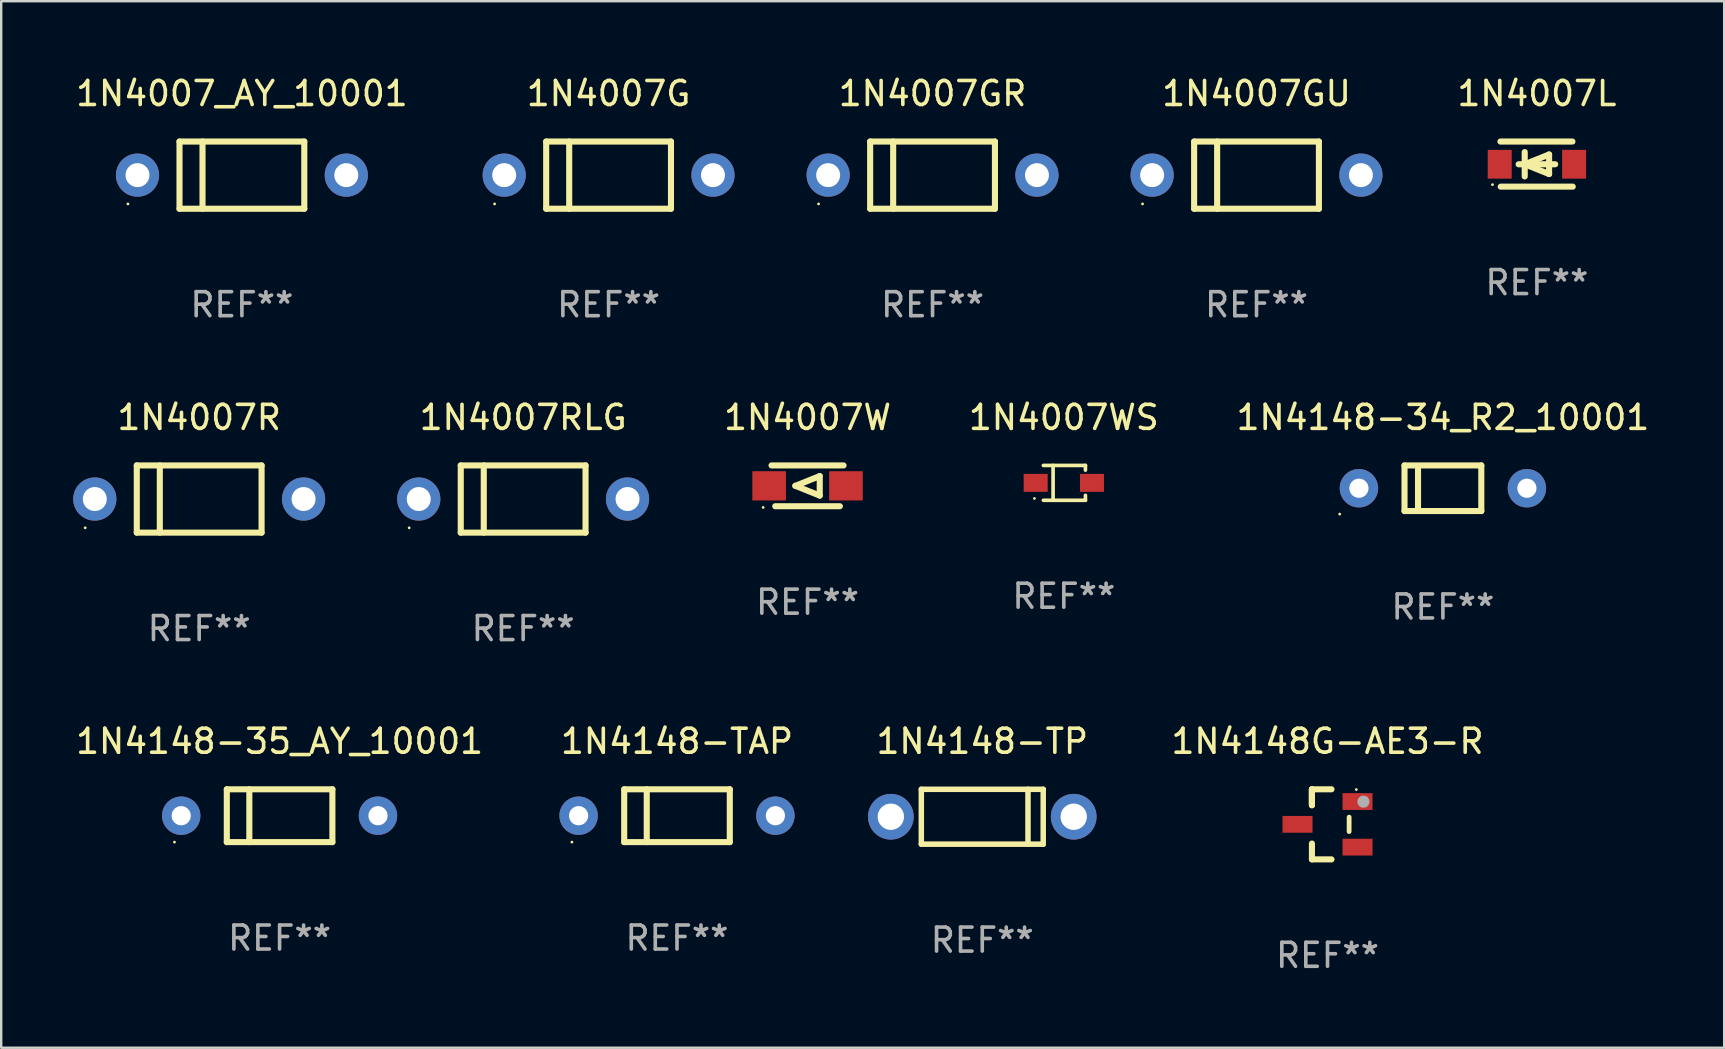
<source format=kicad_pcb>
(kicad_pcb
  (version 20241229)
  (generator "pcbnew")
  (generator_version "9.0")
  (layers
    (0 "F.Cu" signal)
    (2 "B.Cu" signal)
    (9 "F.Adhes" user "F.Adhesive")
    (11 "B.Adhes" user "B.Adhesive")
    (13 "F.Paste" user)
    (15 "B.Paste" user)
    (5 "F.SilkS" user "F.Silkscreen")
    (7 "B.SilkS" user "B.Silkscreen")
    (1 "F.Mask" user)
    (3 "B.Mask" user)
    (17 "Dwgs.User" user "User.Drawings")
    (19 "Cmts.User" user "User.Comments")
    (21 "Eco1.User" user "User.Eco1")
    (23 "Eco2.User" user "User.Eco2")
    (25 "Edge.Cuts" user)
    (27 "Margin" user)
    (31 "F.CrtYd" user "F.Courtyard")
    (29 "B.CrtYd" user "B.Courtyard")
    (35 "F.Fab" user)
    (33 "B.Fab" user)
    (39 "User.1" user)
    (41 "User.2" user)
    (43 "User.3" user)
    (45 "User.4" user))
  (footprint "1N4007W"
    (layer "F.Cu")
    (at 30.601 17.195)
    (property "Reference" "1N4007W" (at 0 -2.85 0) (layer "F.SilkS") (effects (font (size 1 1) (thickness 0.15))))
    (attr through_hole)
    (fp_line (start -1.346 0.85) (end 1.346 0.85) (stroke (width 0.254) (type solid)) (layer "F.SilkS"))
    (fp_line (start -0.508 0) (end 0.508 -0.406) (stroke (width 0.254) (type solid)) (layer "F.SilkS"))
    (fp_line (start 0.508 -0.406) (end 0.508 0.406) (stroke (width 0.254) (type solid)) (layer "F.SilkS"))
    (fp_line (start 0.508 0.406) (end -0.508 0) (stroke (width 0.254) (type solid)) (layer "F.SilkS"))
    (fp_line (start 1.5 -0.85) (end -1.5 -0.85) (stroke (width 0.254) (type solid)) (layer "F.SilkS"))
    (fp_circle (center -1.85 0.9) (end -1.82 0.9) (stroke (width 0.06) (type solid)) (fill no) (layer "F.SilkS"))
    (fp_text user "REF**" (at 0 4.85 0) (layer "F.Fab") (effects (font (size 1 1) (thickness 0.15))))
    (pad "1" smd rect (at -1.6 0) (size 1.4 1.219) (layers "F.Cu" "F.Mask" "F.Paste"))
    (pad "2" smd rect (at 1.6 0) (size 1.4 1.219) (layers "F.Cu" "F.Mask" "F.Paste")))
  (footprint "1N4007GR"
    (layer "F.Cu")
    (at 35.81 4.248)
    (property "Reference" "1N4007GR" (at 0 -3.4 0) (layer "F.SilkS") (effects (font (size 1 1) (thickness 0.15))))
    (attr through_hole)
    (fp_line (start -2.6 -1.4) (end -2.6 1.4) (stroke (width 0.254) (type solid)) (layer "F.SilkS"))
    (fp_line (start -2.6 -1.4) (end 2.6 -1.4) (stroke (width 0.254) (type solid)) (layer "F.SilkS"))
    (fp_line (start -2.6 1.4) (end 2.6 1.4) (stroke (width 0.254) (type solid)) (layer "F.SilkS"))
    (fp_line (start -1.641 -1.4) (end -1.641 1.4) (stroke (width 0.254) (type solid)) (layer "F.SilkS"))
    (fp_line (start 2.6 -1.4) (end 2.6 1.4) (stroke (width 0.254) (type solid)) (layer "F.SilkS"))
    (fp_circle (center -4.75 1.2) (end -4.72 1.2) (stroke (width 0.06) (type solid)) (fill no) (layer "F.SilkS"))
    (fp_text user "REF**" (at 0 5.4 0) (layer "F.Fab") (effects (font (size 1 1) (thickness 0.15))))
    (pad "1" thru_hole circle (at -4.35 0) (size 1.8 1.8) (drill 1) (layers "*.Cu" "*.Mask"))
    (pad "2" thru_hole circle (at 4.35 0) (size 1.8 1.8) (drill 1) (layers "*.Cu" "*.Mask")))
  (footprint "1N4148G-AE3-R"
    (layer "F.Cu")
    (at 52.269 31.301)
    (property "Reference" "1N4148G-AE3-R" (at 0 -3.46 0) (layer "F.SilkS") (effects (font (size 1 1) (thickness 0.15))))
    (attr through_hole)
    (fp_line (start -0.65 -1.46) (end -0.65 -0.8) (stroke (width 0.254) (type solid)) (layer "F.SilkS"))
    (fp_line (start -0.65 -1.46) (end 0.165 -1.46) (stroke (width 0.254) (type solid)) (layer "F.SilkS"))
    (fp_line (start -0.65 -0.8) (end -0.65 -1.46) (stroke (width 0.254) (type solid)) (layer "F.SilkS"))
    (fp_line (start -0.65 -0.8) (end -0.65 -1.46) (stroke (width 0.254) (type solid)) (layer "F.SilkS"))
    (fp_line (start -0.65 1.46) (end -0.65 0.8) (stroke (width 0.254) (type solid)) (layer "F.SilkS"))
    (fp_line (start 0.165 1.46) (end -0.65 1.46) (stroke (width 0.254) (type solid)) (layer "F.SilkS"))
    (fp_line (start 0.9 0.3) (end 0.9 -0.3) (stroke (width 0.2) (type solid)) (layer "F.SilkS"))
    (fp_circle (center 1.2 -1.45) (end 1.23 -1.45) (stroke (width 0.06) (type solid)) (fill no) (layer "F.SilkS"))
    (fp_circle (center 1.496 -0.945) (end 1.623 -0.945) (stroke (width 0.254) (type solid)) (fill no) (layer "F.Fab"))
    (fp_text user "REF**" (at 0 5.46 0) (layer "F.Fab") (effects (font (size 1 1) (thickness 0.15))))
    (pad "1" smd rect (at 1.25 -0.95 270) (size 0.7 1.25) (layers "F.Cu" "F.Mask" "F.Paste"))
    (pad "2" smd rect (at 1.25 0.95 270) (size 0.7 1.25) (layers "F.Cu" "F.Mask" "F.Paste"))
    (pad "3" smd rect (at -1.25 0 270) (size 0.7 1.25) (layers "F.Cu" "F.Mask" "F.Paste")))
  (footprint "1N4148-TP"
    (layer "F.Cu")
    (at 37.882 30.984)
    (property "Reference" "1N4148-TP" (at 0 -3.143 0) (layer "F.SilkS") (effects (font (size 1 1) (thickness 0.15))))
    (attr through_hole)
    (fp_line (start -2.54 -1.143) (end 2.54 -1.143) (stroke (width 0.229) (type solid)) (layer "F.SilkS"))
    (fp_line (start -2.54 1.143) (end -2.54 -1.143) (stroke (width 0.229) (type solid)) (layer "F.SilkS"))
    (fp_line (start 1.905 -1.143) (end 1.905 1.143) (stroke (width 0.229) (type solid)) (layer "F.SilkS"))
    (fp_line (start 2.54 -1.143) (end 2.54 1.143) (stroke (width 0.229) (type solid)) (layer "F.SilkS"))
    (fp_line (start 2.54 1.143) (end -2.54 1.143) (stroke (width 0.229) (type solid)) (layer "F.SilkS"))
    (fp_text user "REF**" (at 0 5.143 0) (layer "F.Fab") (effects (font (size 1 1) (thickness 0.15))))
    (pad "1" thru_hole circle (at -3.81 0) (size 1.905 1.905) (drill 1.1) (layers "*.Cu" "*.Mask"))
    (pad "2" thru_hole circle (at 3.81 0) (size 1.905 1.905) (drill 1.1) (layers "*.Cu" "*.Mask")))
  (footprint "1N4148-TAP"
    (layer "F.Cu")
    (at 25.161 30.941)
    (property "Reference" "1N4148-TAP" (at 0 -3.1 0) (layer "F.SilkS") (effects (font (size 1 1) (thickness 0.15))))
    (attr through_hole)
    (fp_line (start -2.2 -1.1) (end -2.2 1.1) (stroke (width 0.254) (type solid)) (layer "F.SilkS"))
    (fp_line (start -2.2 -1.1) (end 2.2 -1.1) (stroke (width 0.254) (type solid)) (layer "F.SilkS"))
    (fp_line (start -2.2 1.1) (end 2.2 1.1) (stroke (width 0.254) (type solid)) (layer "F.SilkS"))
    (fp_line (start -1.261 -1.1) (end -1.261 1.1) (stroke (width 0.254) (type solid)) (layer "F.SilkS"))
    (fp_line (start 2.2 -1.1) (end 2.2 1.1) (stroke (width 0.254) (type solid)) (layer "F.SilkS"))
    (fp_circle (center -4.38 1.1) (end -4.35 1.1) (stroke (width 0.06) (type solid)) (fill no) (layer "F.SilkS"))
    (fp_text user "REF**" (at 0 5.1 0) (layer "F.Fab") (effects (font (size 1 1) (thickness 0.15))))
    (pad "1" thru_hole circle (at -4.1 0) (size 1.6 1.6) (drill 0.8) (layers "*.Cu" "*.Mask"))
    (pad "2" thru_hole circle (at 4.1 0) (size 1.6 1.6) (drill 0.8) (layers "*.Cu" "*.Mask")))
  (footprint "1N4007WS"
    (layer "F.Cu")
    (at 41.28 17.071)
    (property "Reference" "1N4007WS" (at 0 -2.726 0) (layer "F.SilkS") (effects (font (size 1 1) (thickness 0.15))))
    (attr through_hole)
    (fp_line (start -0.851 -0.726) (end 0.901 -0.726) (stroke (width 0.152) (type solid)) (layer "F.SilkS"))
    (fp_line (start -0.851 0.726) (end 0.901 0.726) (stroke (width 0.152) (type solid)) (layer "F.SilkS"))
    (fp_line (start -0.447 -0.726) (end -0.447 0.726) (stroke (width 0.152) (type solid)) (layer "F.SilkS"))
    (fp_line (start 0.901 -0.726) (end 0.901 -0.53) (stroke (width 0.152) (type solid)) (layer "F.SilkS"))
    (fp_line (start 0.901 0.726) (end 0.901 0.52) (stroke (width 0.152) (type solid)) (layer "F.SilkS"))
    (fp_circle (center -1.225 0.65) (end -1.195 0.65) (stroke (width 0.06) (type solid)) (fill no) (layer "F.SilkS"))
    (fp_text user "REF**" (at 0 4.726 0) (layer "F.Fab") (effects (font (size 1 1) (thickness 0.15))))
    (pad "1" smd rect (at -1.173 0) (size 1 0.75) (layers "F.Cu" "F.Mask" "F.Paste"))
    (pad "2" smd rect (at 1.173 0) (size 1 0.75) (layers "F.Cu" "F.Mask" "F.Paste")))
  (footprint "1N4007R"
    (layer "F.Cu")
    (at 5.25 17.745)
    (property "Reference" "1N4007R" (at 0 -3.4 0) (layer "F.SilkS") (effects (font (size 1 1) (thickness 0.15))))
    (attr through_hole)
    (fp_line (start -2.6 -1.4) (end -2.6 1.4) (stroke (width 0.254) (type solid)) (layer "F.SilkS"))
    (fp_line (start -2.6 -1.4) (end 2.6 -1.4) (stroke (width 0.254) (type solid)) (layer "F.SilkS"))
    (fp_line (start -2.6 1.4) (end 2.6 1.4) (stroke (width 0.254) (type solid)) (layer "F.SilkS"))
    (fp_line (start -1.641 -1.4) (end -1.641 1.4) (stroke (width 0.254) (type solid)) (layer "F.SilkS"))
    (fp_line (start 2.6 -1.4) (end 2.6 1.4) (stroke (width 0.254) (type solid)) (layer "F.SilkS"))
    (fp_circle (center -4.75 1.2) (end -4.72 1.2) (stroke (width 0.06) (type solid)) (fill no) (layer "F.SilkS"))
    (fp_text user "REF**" (at 0 5.4 0) (layer "F.Fab") (effects (font (size 1 1) (thickness 0.15))))
    (pad "1" thru_hole circle (at -4.35 0) (size 1.8 1.8) (drill 1) (layers "*.Cu" "*.Mask"))
    (pad "2" thru_hole circle (at 4.35 0) (size 1.8 1.8) (drill 1) (layers "*.Cu" "*.Mask")))
  (footprint "1N4007GU"
    (layer "F.Cu")
    (at 49.31 4.248)
    (property "Reference" "1N4007GU" (at 0 -3.4 0) (layer "F.SilkS") (effects (font (size 1 1) (thickness 0.15))))
    (attr through_hole)
    (fp_line (start -2.6 -1.4) (end -2.6 1.4) (stroke (width 0.254) (type solid)) (layer "F.SilkS"))
    (fp_line (start -2.6 -1.4) (end 2.6 -1.4) (stroke (width 0.254) (type solid)) (layer "F.SilkS"))
    (fp_line (start -2.6 1.4) (end 2.6 1.4) (stroke (width 0.254) (type solid)) (layer "F.SilkS"))
    (fp_line (start -1.641 -1.4) (end -1.641 1.4) (stroke (width 0.254) (type solid)) (layer "F.SilkS"))
    (fp_line (start 2.6 -1.4) (end 2.6 1.4) (stroke (width 0.254) (type solid)) (layer "F.SilkS"))
    (fp_circle (center -4.75 1.2) (end -4.72 1.2) (stroke (width 0.06) (type solid)) (fill no) (layer "F.SilkS"))
    (fp_text user "REF**" (at 0 5.4 0) (layer "F.Fab") (effects (font (size 1 1) (thickness 0.15))))
    (pad "1" thru_hole circle (at -4.35 0) (size 1.8 1.8) (drill 1) (layers "*.Cu" "*.Mask"))
    (pad "2" thru_hole circle (at 4.35 0) (size 1.8 1.8) (drill 1) (layers "*.Cu" "*.Mask")))
  (footprint "1N4007G"
    (layer "F.Cu")
    (at 22.31 4.248)
    (property "Reference" "1N4007G" (at 0 -3.4 0) (layer "F.SilkS") (effects (font (size 1 1) (thickness 0.15))))
    (attr through_hole)
    (fp_line (start -2.6 -1.4) (end -2.6 1.4) (stroke (width 0.254) (type solid)) (layer "F.SilkS"))
    (fp_line (start -2.6 -1.4) (end 2.6 -1.4) (stroke (width 0.254) (type solid)) (layer "F.SilkS"))
    (fp_line (start -2.6 1.4) (end 2.6 1.4) (stroke (width 0.254) (type solid)) (layer "F.SilkS"))
    (fp_line (start -1.641 -1.4) (end -1.641 1.4) (stroke (width 0.254) (type solid)) (layer "F.SilkS"))
    (fp_line (start 2.6 -1.4) (end 2.6 1.4) (stroke (width 0.254) (type solid)) (layer "F.SilkS"))
    (fp_circle (center -4.75 1.2) (end -4.72 1.2) (stroke (width 0.06) (type solid)) (fill no) (layer "F.SilkS"))
    (fp_text user "REF**" (at 0 5.4 0) (layer "F.Fab") (effects (font (size 1 1) (thickness 0.15))))
    (pad "1" thru_hole circle (at -4.35 0) (size 1.8 1.8) (drill 1) (layers "*.Cu" "*.Mask"))
    (pad "2" thru_hole circle (at 4.35 0) (size 1.8 1.8) (drill 1) (layers "*.Cu" "*.Mask")))
  (footprint "1N4007L"
    (layer "F.Cu")
    (at 60.994 3.788)
    (property "Reference" "1N4007L" (at 0 -2.94 0) (layer "F.SilkS") (effects (font (size 1 1) (thickness 0.15))))
    (attr through_hole)
    (fp_line (start -1.52 -0.94) (end 1.48 -0.94) (stroke (width 0.254) (type solid)) (layer "F.SilkS"))
    (fp_line (start -1.507 0.94) (end 1.493 0.94) (stroke (width 0.254) (type solid)) (layer "F.SilkS"))
    (fp_line (start -0.762 0.007) (end 0.762 0.007) (stroke (width 0.254) (type solid)) (layer "F.SilkS"))
    (fp_line (start -0.508 -0.501) (end -0.508 0.515) (stroke (width 0.254) (type solid)) (layer "F.SilkS"))
    (fp_line (start -0.508 0.007) (end 0.508 -0.4) (stroke (width 0.254) (type solid)) (layer "F.SilkS"))
    (fp_line (start 0.508 -0.4) (end 0.508 0.413) (stroke (width 0.254) (type solid)) (layer "F.SilkS"))
    (fp_line (start 0.508 0.413) (end -0.508 0.007) (stroke (width 0.254) (type solid)) (layer "F.SilkS"))
    (fp_circle (center -1.85 0.857) (end -1.82 0.857) (stroke (width 0.06) (type solid)) (fill no) (layer "F.SilkS"))
    (fp_text user "REF**" (at 0 4.94 0) (layer "F.Fab") (effects (font (size 1 1) (thickness 0.15))))
    (pad "1" smd rect (at -1.55 0.007) (size 1 1.2) (layers "F.Cu" "F.Mask" "F.Paste"))
    (pad "2" smd rect (at 1.55 0.007) (size 1 1.2) (layers "F.Cu" "F.Mask" "F.Paste")))
  (footprint "1N4007RLG"
    (layer "F.Cu")
    (at 18.75 17.745)
    (property "Reference" "1N4007RLG" (at 0 -3.4 0) (layer "F.SilkS") (effects (font (size 1 1) (thickness 0.15))))
    (attr through_hole)
    (fp_line (start -2.6 -1.4) (end -2.6 1.4) (stroke (width 0.254) (type solid)) (layer "F.SilkS"))
    (fp_line (start -2.6 -1.4) (end 2.6 -1.4) (stroke (width 0.254) (type solid)) (layer "F.SilkS"))
    (fp_line (start -2.6 1.4) (end 2.6 1.4) (stroke (width 0.254) (type solid)) (layer "F.SilkS"))
    (fp_line (start -1.641 -1.4) (end -1.641 1.4) (stroke (width 0.254) (type solid)) (layer "F.SilkS"))
    (fp_line (start 2.6 -1.4) (end 2.6 1.4) (stroke (width 0.254) (type solid)) (layer "F.SilkS"))
    (fp_circle (center -4.75 1.2) (end -4.72 1.2) (stroke (width 0.06) (type solid)) (fill no) (layer "F.SilkS"))
    (fp_text user "REF**" (at 0 5.4 0) (layer "F.Fab") (effects (font (size 1 1) (thickness 0.15))))
    (pad "1" thru_hole circle (at -4.35 0) (size 1.8 1.8) (drill 1) (layers "*.Cu" "*.Mask"))
    (pad "2" thru_hole circle (at 4.35 0) (size 1.8 1.8) (drill 1) (layers "*.Cu" "*.Mask")))
  (footprint "1N4007_AY_10001"
    (layer "F.Cu")
    (at 7.03 4.248)
    (property "Reference" "1N4007_AY_10001" (at 0 -3.4 0) (layer "F.SilkS") (effects (font (size 1 1) (thickness 0.15))))
    (attr through_hole)
    (fp_line (start -2.6 -1.4) (end -2.6 1.4) (stroke (width 0.254) (type solid)) (layer "F.SilkS"))
    (fp_line (start -2.6 -1.4) (end 2.6 -1.4) (stroke (width 0.254) (type solid)) (layer "F.SilkS"))
    (fp_line (start -2.6 1.4) (end 2.6 1.4) (stroke (width 0.254) (type solid)) (layer "F.SilkS"))
    (fp_line (start -1.641 -1.4) (end -1.641 1.4) (stroke (width 0.254) (type solid)) (layer "F.SilkS"))
    (fp_line (start 2.6 -1.4) (end 2.6 1.4) (stroke (width 0.254) (type solid)) (layer "F.SilkS"))
    (fp_circle (center -4.75 1.2) (end -4.72 1.2) (stroke (width 0.06) (type solid)) (fill no) (layer "F.SilkS"))
    (fp_text user "REF**" (at 0 5.4 0) (layer "F.Fab") (effects (font (size 1 1) (thickness 0.15))))
    (pad "1" thru_hole circle (at -4.35 0) (size 1.8 1.8) (drill 1) (layers "*.Cu" "*.Mask"))
    (pad "2" thru_hole circle (at 4.35 0) (size 1.8 1.8) (drill 1) (layers "*.Cu" "*.Mask")))
  (footprint "1N4148-35_AY_10001"
    (layer "F.Cu")
    (at 8.601 30.941)
    (property "Reference" "1N4148-35_AY_10001" (at 0 -3.1 0) (layer "F.SilkS") (effects (font (size 1 1) (thickness 0.15))))
    (attr through_hole)
    (fp_line (start -2.2 -1.1) (end -2.2 1.1) (stroke (width 0.254) (type solid)) (layer "F.SilkS"))
    (fp_line (start -2.2 -1.1) (end 2.2 -1.1) (stroke (width 0.254) (type solid)) (layer "F.SilkS"))
    (fp_line (start -2.2 1.1) (end 2.2 1.1) (stroke (width 0.254) (type solid)) (layer "F.SilkS"))
    (fp_line (start -1.261 -1.1) (end -1.261 1.1) (stroke (width 0.254) (type solid)) (layer "F.SilkS"))
    (fp_line (start 2.2 -1.1) (end 2.2 1.1) (stroke (width 0.254) (type solid)) (layer "F.SilkS"))
    (fp_circle (center -4.38 1.1) (end -4.35 1.1) (stroke (width 0.06) (type solid)) (fill no) (layer "F.SilkS"))
    (fp_text user "REF**" (at 0 5.1 0) (layer "F.Fab") (effects (font (size 1 1) (thickness 0.15))))
    (pad "1" thru_hole circle (at -4.1 0) (size 1.6 1.6) (drill 0.8) (layers "*.Cu" "*.Mask"))
    (pad "2" thru_hole circle (at 4.1 0) (size 1.6 1.6) (drill 0.8) (layers "*.Cu" "*.Mask")))
  (footprint "1N4148-34_R2_10001"
    (layer "F.Cu")
    (at 57.077 17.295)
    (property "Reference" "1N4148-34_R2_10001" (at 0 -2.95 0) (layer "F.SilkS") (effects (font (size 1 1) (thickness 0.15))))
    (attr through_hole)
    (fp_line (start -1.6 -0.95) (end -1.6 0.95) (stroke (width 0.254) (type solid)) (layer "F.SilkS"))
    (fp_line (start -1.6 -0.95) (end 1.6 -0.95) (stroke (width 0.254) (type solid)) (layer "F.SilkS"))
    (fp_line (start -1.6 0.95) (end 1.6 0.95) (stroke (width 0.254) (type solid)) (layer "F.SilkS"))
    (fp_line (start -1.037 -0.8) (end -1.037 0.8) (stroke (width 0.254) (type solid)) (layer "F.SilkS"))
    (fp_line (start 1.6 0.95) (end 1.6 -0.95) (stroke (width 0.254) (type solid)) (layer "F.SilkS"))
    (fp_circle (center -4.3 1.077) (end -4.27 1.077) (stroke (width 0.06) (type solid)) (fill no) (layer "F.SilkS"))
    (fp_text user "REF**" (at 0 4.95 0) (layer "F.Fab") (effects (font (size 1 1) (thickness 0.15))))
    (pad "1" thru_hole circle (at -3.5 0) (size 1.6 1.6) (drill 0.8) (layers "*.Cu" "*.Mask"))
    (pad "2" thru_hole circle (at 3.5 0) (size 1.6 1.6) (drill 0.8) (layers "*.Cu" "*.Mask")))
  (gr_rect
    (start -3 -3)
    (end 68.798 40.609)
    (stroke (width 0.1) (type default))
    (fill no)
    (layer "Edge.Cuts")))
</source>
